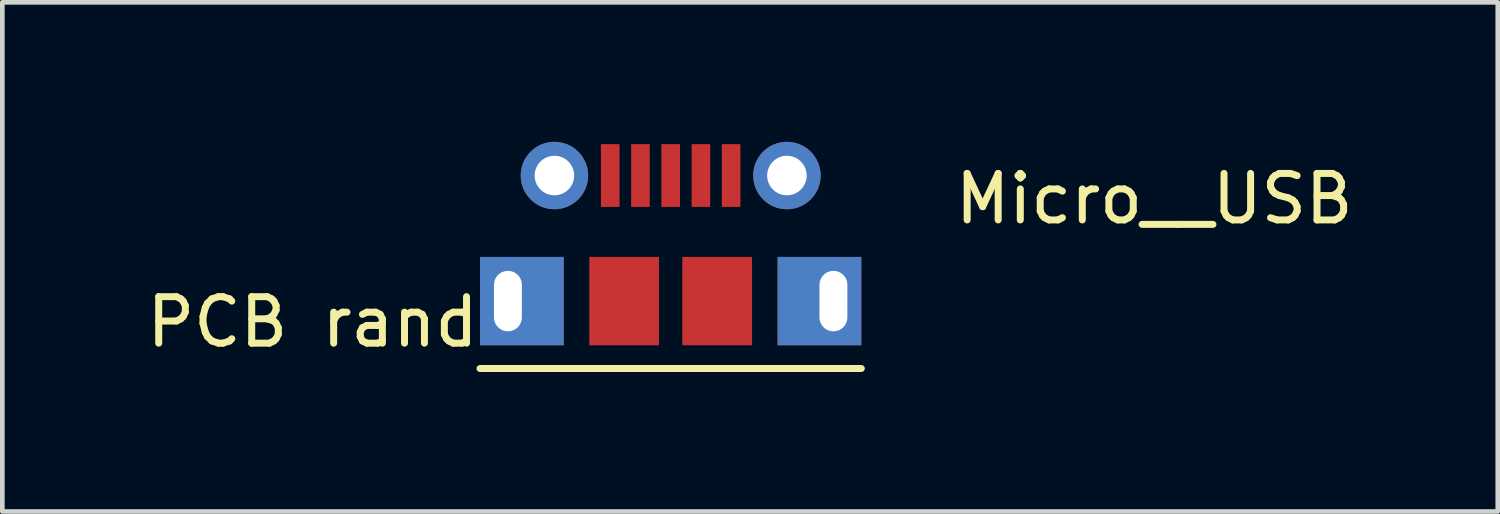
<source format=kicad_pcb>
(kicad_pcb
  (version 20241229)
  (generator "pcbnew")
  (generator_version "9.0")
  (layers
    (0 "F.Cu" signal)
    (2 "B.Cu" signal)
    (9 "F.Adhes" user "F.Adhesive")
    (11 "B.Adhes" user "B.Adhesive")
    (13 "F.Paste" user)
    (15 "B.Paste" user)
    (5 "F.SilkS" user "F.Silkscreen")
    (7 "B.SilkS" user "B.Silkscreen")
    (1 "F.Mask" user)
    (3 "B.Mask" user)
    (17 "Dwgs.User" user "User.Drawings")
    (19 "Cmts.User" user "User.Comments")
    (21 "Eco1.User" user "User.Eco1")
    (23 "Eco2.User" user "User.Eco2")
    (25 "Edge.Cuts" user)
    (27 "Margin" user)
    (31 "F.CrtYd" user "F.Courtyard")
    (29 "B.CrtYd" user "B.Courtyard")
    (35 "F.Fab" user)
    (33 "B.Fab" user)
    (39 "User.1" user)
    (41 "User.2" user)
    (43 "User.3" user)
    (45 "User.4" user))
  (footprint "Micro__USB"
    (layer "F.Cu")
    (at 21.773 0.725)
    (property "Reference" "Micro__USB" (at 0 0.5 0) (layer "F.SilkS") (effects (font (size 1 1) (thickness 0.15))))
    (attr through_hole)
    (fp_line (start -6.3 4.15) (end -14.5 4.15) (stroke (width 0.15) (type solid)) (layer "F.SilkS"))
    (fp_text user "PCB rand" (at -18.1 3.15 0) (layer "F.SilkS") (effects (font (size 1 1) (thickness 0.15))))
    (pad "1" smd rect (at -11.7 0) (size 0.4 1.35) (layers "F.Cu" "F.Mask" "F.Paste"))
    (pad "2" smd rect (at -11.05 0) (size 0.4 1.35) (layers "F.Cu" "F.Mask" "F.Paste"))
    (pad "3" smd rect (at -10.4 0) (size 0.4 1.35) (layers "F.Cu" "F.Mask" "F.Paste"))
    (pad "4" smd rect (at -9.75 0) (size 0.4 1.35) (layers "F.Cu" "F.Mask" "F.Paste"))
    (pad "5" thru_hole rect (at -13.9 2.7) (size 1.8 1.9) (drill oval 0.6 1.3 (offset 0.3 0)) (layers "*.Cu" "*.Mask"))
    (pad "5" thru_hole circle (at -12.9 0) (size 1.45 1.45) (drill 0.85) (layers "*.Cu" "*.Mask"))
    (pad "5" smd rect (at -11.4 2.7) (size 1.5 1.9) (layers "F.Cu" "F.Mask" "F.Paste"))
    (pad "5" smd rect (at -9.4 2.7) (size 1.5 1.9) (layers "F.Cu" "F.Mask" "F.Paste"))
    (pad "5" smd rect (at -9.1 0) (size 0.4 1.35) (layers "F.Cu" "F.Mask" "F.Paste"))
    (pad "5" thru_hole circle (at -7.9 0) (size 1.45 1.45) (drill 0.85) (layers "*.Cu" "*.Mask"))
    (pad "5" thru_hole rect (at -6.9 2.7 180) (size 1.8 1.9) (drill oval 0.6 1.3 (offset 0.3 0)) (layers "*.Cu" "*.Mask")))
  (gr_rect
    (start -3 -3)
    (end 29.16 7.95)
    (stroke (width 0.1) (type default))
    (fill no)
    (layer "Edge.Cuts")))
</source>
